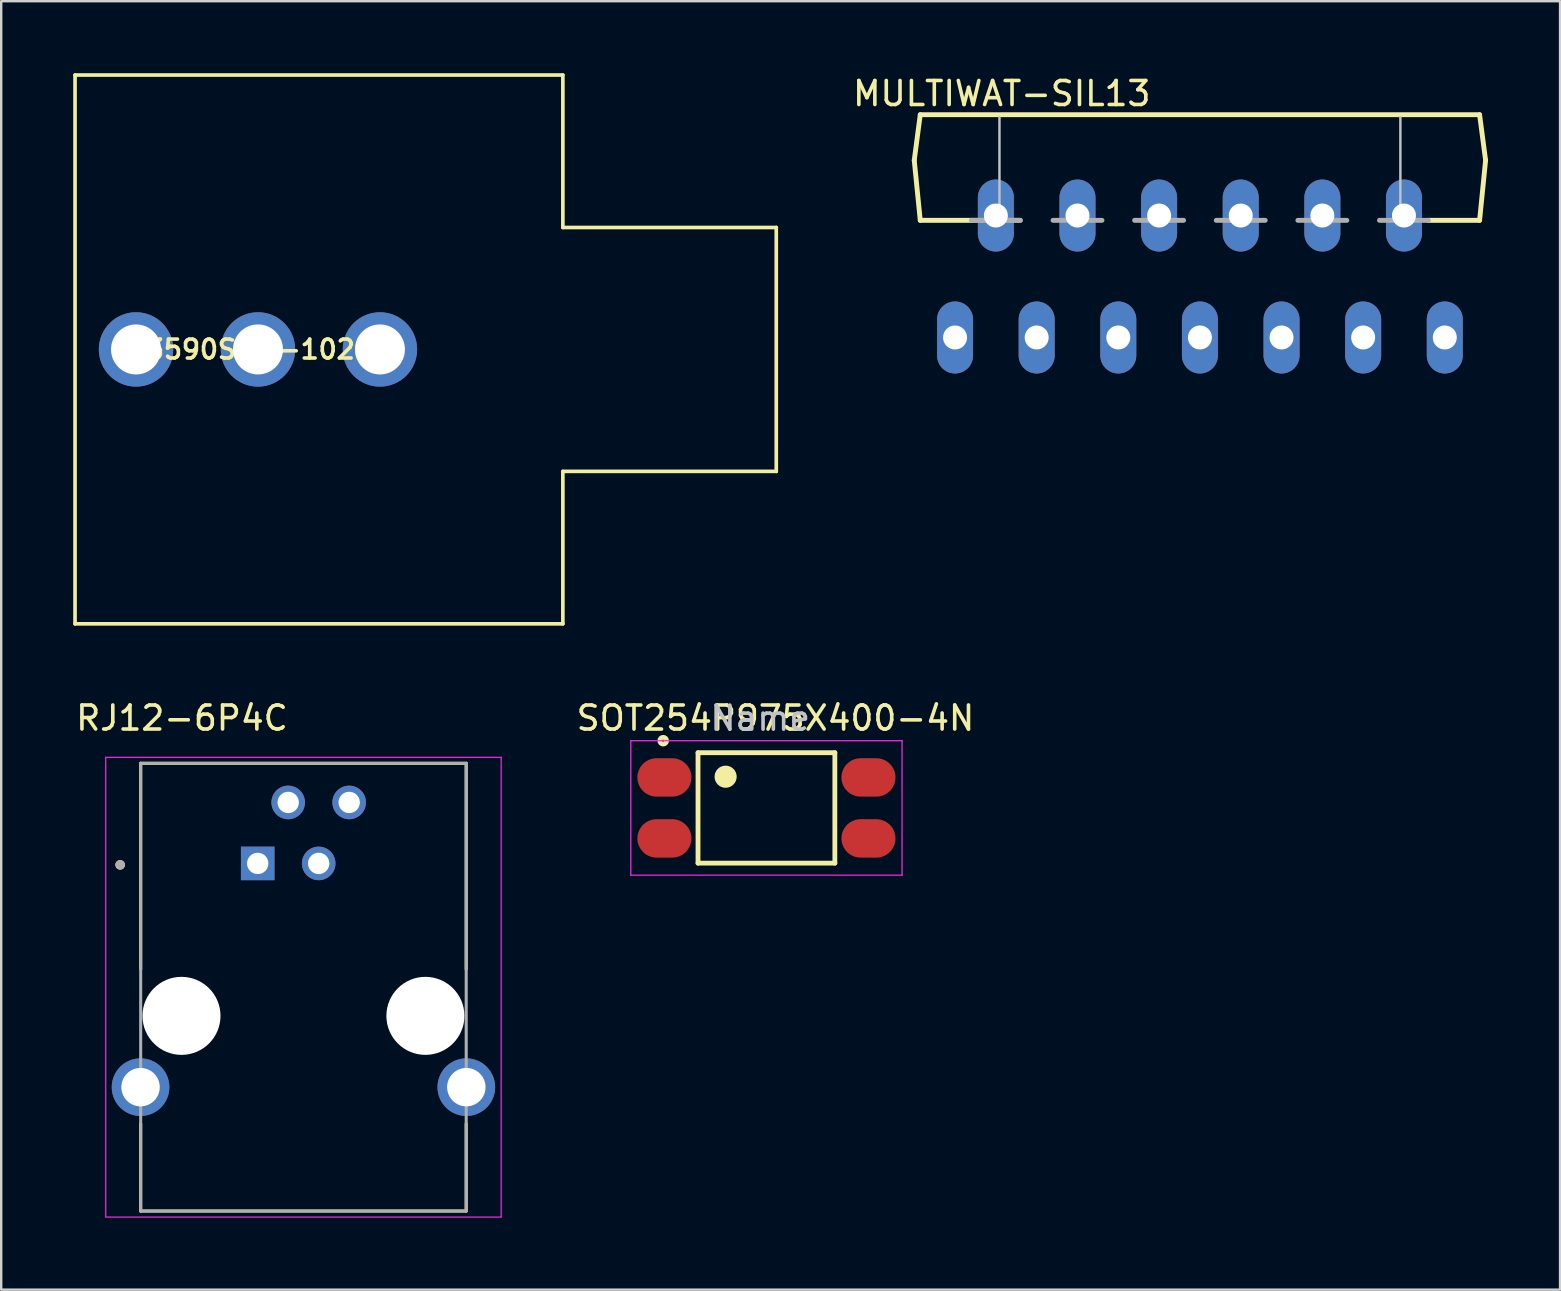
<source format=kicad_pcb>
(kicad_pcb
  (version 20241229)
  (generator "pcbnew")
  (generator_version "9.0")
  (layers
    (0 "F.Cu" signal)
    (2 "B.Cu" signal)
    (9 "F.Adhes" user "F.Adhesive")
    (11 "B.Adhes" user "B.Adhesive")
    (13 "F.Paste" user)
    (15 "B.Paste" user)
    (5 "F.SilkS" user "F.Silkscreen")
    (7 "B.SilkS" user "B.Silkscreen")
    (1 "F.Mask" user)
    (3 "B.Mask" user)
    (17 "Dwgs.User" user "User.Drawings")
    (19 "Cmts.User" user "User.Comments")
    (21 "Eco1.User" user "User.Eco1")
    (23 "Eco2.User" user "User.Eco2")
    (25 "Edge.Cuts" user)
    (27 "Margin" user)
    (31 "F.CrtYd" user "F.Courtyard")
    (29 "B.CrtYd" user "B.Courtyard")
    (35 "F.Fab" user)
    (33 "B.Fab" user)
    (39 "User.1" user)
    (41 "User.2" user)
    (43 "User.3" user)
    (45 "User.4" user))
  (footprint "SOT254P975X400-4N"
    (layer "F.Cu")
    (at 28.876 30.604)
    (property "Reference" "SOT254P975X400-4N" (at 0.376 -3.742 0) (layer "F.SilkS") (effects (font (size 1.002 1.002) (thickness 0.15))))
    (attr smd)
    (fp_line (start -2.85 -2.3) (end 2.85 -2.3) (stroke (width 0.2) (type solid)) (layer "F.SilkS"))
    (fp_line (start -2.85 2.3) (end -2.85 -2.3) (stroke (width 0.2) (type solid)) (layer "F.SilkS"))
    (fp_line (start 2.85 -2.3) (end 2.85 2.3) (stroke (width 0.2) (type solid)) (layer "F.SilkS"))
    (fp_line (start 2.85 2.3) (end -2.85 2.3) (stroke (width 0.2) (type solid)) (layer "F.SilkS"))
    (fp_circle (center -4.3 -2.8) (end -4.159 -2.8) (stroke (width 0.2) (type solid)) (fill no) (layer "F.SilkS"))
    (fp_circle (center -1.7 -1.3) (end -1.339 -1.3) (stroke (width 0.2) (type solid)) (fill no) (layer "F.SilkS"))
    (fp_poly (pts (xy -2.001 -1.6) (xy -1.4 -1.6) (xy -1.4 -1.001) (xy -2.001 -1.001)) (stroke (width 0.01) (type solid)) (fill yes) (layer "F.SilkS"))
    (fp_line (start -5.65 -2.8) (end 5.65 -2.8) (stroke (width 0.052) (type solid)) (layer "F.CrtYd"))
    (fp_line (start -5.65 2.8) (end -5.65 -2.8) (stroke (width 0.052) (type solid)) (layer "F.CrtYd"))
    (fp_line (start 5.65 -2.8) (end 5.65 2.8) (stroke (width 0.052) (type solid)) (layer "F.CrtYd"))
    (fp_line (start 5.65 2.8) (end -5.65 2.8) (stroke (width 0.052) (type solid)) (layer "F.CrtYd"))
    (fp_text user "Name" (at -0.26 -3.737 0) (layer "Dwgs.User") (effects (font (size 1.001 1.001) (thickness 0.15))))
    (pad "1" smd oval (at -4.25 -1.27) (size 2.25 1.6) (layers "F.Cu" "F.Mask" "F.Paste"))
    (pad "2" smd oval (at -4.25 1.27) (size 2.25 1.6) (layers "F.Cu" "F.Mask" "F.Paste"))
    (pad "3" smd oval (at 4.25 1.27) (size 2.25 1.6) (layers "F.Cu" "F.Mask" "F.Paste"))
    (pad "4" smd oval (at 4.25 -1.27) (size 2.25 1.6) (layers "F.Cu" "F.Mask" "F.Paste")))
  (footprint "RJ12-6P4C"
    (layer "F.Cu")
    (at 9.59 39.266)
    (property "Reference" "RJ12-6P4C" (at -5.06 -12.405 0) (layer "F.SilkS") (effects (font (size 1 1) (thickness 0.15))))
    (attr through_hole)
    (fp_line (start -6.78 -10.52) (end 6.78 -10.52) (stroke (width 0.127) (type solid)) (layer "F.SilkS"))
    (fp_line (start -6.78 -1.945) (end -6.78 -10.52) (stroke (width 0.127) (type solid)) (layer "F.SilkS"))
    (fp_line (start -6.78 8.13) (end -6.78 4.49) (stroke (width 0.127) (type solid)) (layer "F.SilkS"))
    (fp_line (start 6.78 -10.52) (end 6.78 -1.945) (stroke (width 0.127) (type solid)) (layer "F.SilkS"))
    (fp_line (start 6.78 8.13) (end -6.78 8.13) (stroke (width 0.127) (type solid)) (layer "F.SilkS"))
    (fp_line (start 6.78 8.13) (end 6.78 4.49) (stroke (width 0.127) (type solid)) (layer "F.SilkS"))
    (fp_circle (center -7.635 -6.29) (end -7.535 -6.29) (stroke (width 0.2) (type solid)) (fill no) (layer "F.SilkS"))
    (fp_line (start -8.235 -10.77) (end -8.235 8.38) (stroke (width 0.05) (type solid)) (layer "F.CrtYd"))
    (fp_line (start -8.235 8.38) (end 8.235 8.38) (stroke (width 0.05) (type solid)) (layer "F.CrtYd"))
    (fp_line (start 8.235 -10.77) (end -8.235 -10.77) (stroke (width 0.05) (type solid)) (layer "F.CrtYd"))
    (fp_line (start 8.235 8.38) (end 8.235 -10.77) (stroke (width 0.05) (type solid)) (layer "F.CrtYd"))
    (fp_line (start -6.78 -10.52) (end 6.78 -10.52) (stroke (width 0.127) (type solid)) (layer "F.Fab"))
    (fp_line (start -6.78 8.13) (end -6.78 -10.52) (stroke (width 0.127) (type solid)) (layer "F.Fab"))
    (fp_line (start 6.78 -10.52) (end 6.78 8.13) (stroke (width 0.127) (type solid)) (layer "F.Fab"))
    (fp_line (start 6.78 8.13) (end -6.78 8.13) (stroke (width 0.127) (type solid)) (layer "F.Fab"))
    (fp_circle (center -7.635 -6.29) (end -7.535 -6.29) (stroke (width 0.2) (type solid)) (fill no) (layer "F.Fab"))
    (pad "" np_thru_hole circle (at -5.08 0) (size 3.25 3.25) (drill 3.25) (layers "*.Cu" "*.Mask"))
    (pad "" np_thru_hole circle (at 5.08 0) (size 3.25 3.25) (drill 3.25) (layers "*.Cu" "*.Mask"))
    (pad "1" thru_hole rect (at -1.905 -6.35) (size 1.398 1.398) (drill 0.89) (layers "*.Cu" "*.Mask"))
    (pad "2" thru_hole circle (at -0.635 -8.89) (size 1.398 1.398) (drill 0.89) (layers "*.Cu" "*.Mask"))
    (pad "3" thru_hole circle (at 0.635 -6.35) (size 1.398 1.398) (drill 0.89) (layers "*.Cu" "*.Mask"))
    (pad "4" thru_hole circle (at 1.905 -8.89) (size 1.398 1.398) (drill 0.89) (layers "*.Cu" "*.Mask"))
    (pad "S1" thru_hole circle (at -6.785 2.97) (size 2.4 2.4) (drill 1.6) (layers "*.Cu" "*.Mask"))
    (pad "S2" thru_hole circle (at 6.785 2.97) (size 2.4 2.4) (drill 1.6) (layers "*.Cu" "*.Mask")))
  (footprint "MULTIWAT-SIL13"
    (layer "F.Cu")
    (at 46.933 5.928)
    (property "Reference" "MULTIWAT-SIL13" (at -8.255 -5.08 0) (layer "F.SilkS") (effects (font (size 1 1) (thickness 0.15))))
    (attr through_hole)
    (fp_line (start -11.9 -2.3) (end -11.65 -4.2) (stroke (width 0.203) (type solid)) (layer "F.SilkS"))
    (fp_line (start -11.65 -4.2) (end 11.65 -4.2) (stroke (width 0.203) (type solid)) (layer "F.SilkS"))
    (fp_line (start -11.65 0.2) (end -11.9 -2.3) (stroke (width 0.203) (type solid)) (layer "F.SilkS"))
    (fp_line (start -9.52 0.2) (end -11.65 0.2) (stroke (width 0.203) (type solid)) (layer "F.SilkS"))
    (fp_line (start 11.65 -4.2) (end 11.9 -2.3) (stroke (width 0.203) (type solid)) (layer "F.SilkS"))
    (fp_line (start 11.65 0.2) (end 9.52 0.2) (stroke (width 0.203) (type solid)) (layer "F.SilkS"))
    (fp_line (start 11.9 -2.3) (end 11.65 0.2) (stroke (width 0.203) (type solid)) (layer "F.SilkS"))
    (fp_line (start -8.35 -4.1) (end -8.35 0.1) (stroke (width 0.102) (type solid)) (layer "Dwgs.User"))
    (fp_line (start 8.35 -4.1) (end 8.35 0.1) (stroke (width 0.102) (type solid)) (layer "Dwgs.User"))
    (fp_line (start -7.48 0.2) (end -9.52 0.2) (stroke (width 0.203) (type solid)) (layer "F.Fab"))
    (fp_line (start -7.48 0.2) (end -9.52 0.2) (stroke (width 0.203) (type solid)) (layer "F.Fab"))
    (fp_line (start -4.08 0.2) (end -6.12 0.2) (stroke (width 0.203) (type solid)) (layer "F.Fab"))
    (fp_line (start -0.68 0.2) (end -2.72 0.2) (stroke (width 0.203) (type solid)) (layer "F.Fab"))
    (fp_line (start 2.72 0.2) (end 0.68 0.2) (stroke (width 0.203) (type solid)) (layer "F.Fab"))
    (fp_line (start 6.12 0.2) (end 4.08 0.2) (stroke (width 0.203) (type solid)) (layer "F.Fab"))
    (fp_line (start 9.52 0.2) (end 7.48 0.2) (stroke (width 0.203) (type solid)) (layer "F.Fab"))
    (pad "1" thru_hole oval (at -10.2 5.08) (size 1.5 3) (drill 1) (layers "*.Cu" "*.Mask"))
    (pad "2" thru_hole oval (at -8.5 0) (size 1.5 3) (drill 1) (layers "*.Cu" "*.Mask"))
    (pad "3" thru_hole oval (at -6.8 5.08) (size 1.5 3) (drill 1) (layers "*.Cu" "*.Mask"))
    (pad "4" thru_hole oval (at -5.1 0) (size 1.5 3) (drill 1) (layers "*.Cu" "*.Mask"))
    (pad "5" thru_hole oval (at -3.4 5.08) (size 1.5 3) (drill 1) (layers "*.Cu" "*.Mask"))
    (pad "6" thru_hole oval (at -1.7 0) (size 1.5 3) (drill 1) (layers "*.Cu" "*.Mask"))
    (pad "7" thru_hole oval (at 0 5.08) (size 1.5 3) (drill 1) (layers "*.Cu" "*.Mask"))
    (pad "8" thru_hole oval (at 1.7 0) (size 1.5 3) (drill 1) (layers "*.Cu" "*.Mask"))
    (pad "9" thru_hole oval (at 3.4 5.08) (size 1.5 3) (drill 1) (layers "*.Cu" "*.Mask"))
    (pad "10" thru_hole oval (at 5.1 0) (size 1.5 3) (drill 1) (layers "*.Cu" "*.Mask"))
    (pad "11" thru_hole oval (at 6.8 5.08) (size 1.5 3) (drill 1) (layers "*.Cu" "*.Mask"))
    (pad "12" thru_hole oval (at 8.5 0) (size 1.5 3) (drill 1) (layers "*.Cu" "*.Mask"))
    (pad "13" thru_hole oval (at 10.2 5.08) (size 1.5 3) (drill 1) (layers "*.Cu" "*.Mask")))
  (footprint "3590S-2-102L"
    (layer "F.Cu")
    (at 7.696 11.506)
    (property "Reference" "3590S-2-102L" (at 0 0 0) (layer "F.SilkS") (effects (font (size 0.787 0.787) (thickness 0.15))))
    (attr through_hole)
    (fp_line (start -7.62 -11.43) (end 12.7 -11.43) (stroke (width 0.152) (type solid)) (layer "F.SilkS"))
    (fp_line (start -7.62 11.43) (end -7.62 -11.43) (stroke (width 0.152) (type solid)) (layer "F.SilkS"))
    (fp_line (start 12.7 -11.43) (end 12.7 -5.08) (stroke (width 0.152) (type solid)) (layer "F.SilkS"))
    (fp_line (start 12.7 -5.08) (end 21.59 -5.08) (stroke (width 0.152) (type solid)) (layer "F.SilkS"))
    (fp_line (start 12.7 5.08) (end 12.7 11.43) (stroke (width 0.152) (type solid)) (layer "F.SilkS"))
    (fp_line (start 12.7 11.43) (end -7.62 11.43) (stroke (width 0.152) (type solid)) (layer "F.SilkS"))
    (fp_line (start 21.59 -5.08) (end 21.59 5.08) (stroke (width 0.152) (type solid)) (layer "F.SilkS"))
    (fp_line (start 21.59 5.08) (end 12.7 5.08) (stroke (width 0.152) (type solid)) (layer "F.SilkS"))
    (pad "1" thru_hole circle (at 0 0) (size 3.099 3.099) (drill 2.083) (layers "*.Cu" "*.Mask"))
    (pad "2" thru_hole circle (at -5.08 0) (size 3.099 3.099) (drill 2.083) (layers "*.Cu" "*.Mask"))
    (pad "3" thru_hole circle (at 5.08 0) (size 3.099 3.099) (drill 2.083) (layers "*.Cu" "*.Mask")))
  (gr_rect
    (start -3 -3)
    (end 61.935 50.671)
    (stroke (width 0.1) (type default))
    (fill no)
    (layer "Edge.Cuts")))
</source>
